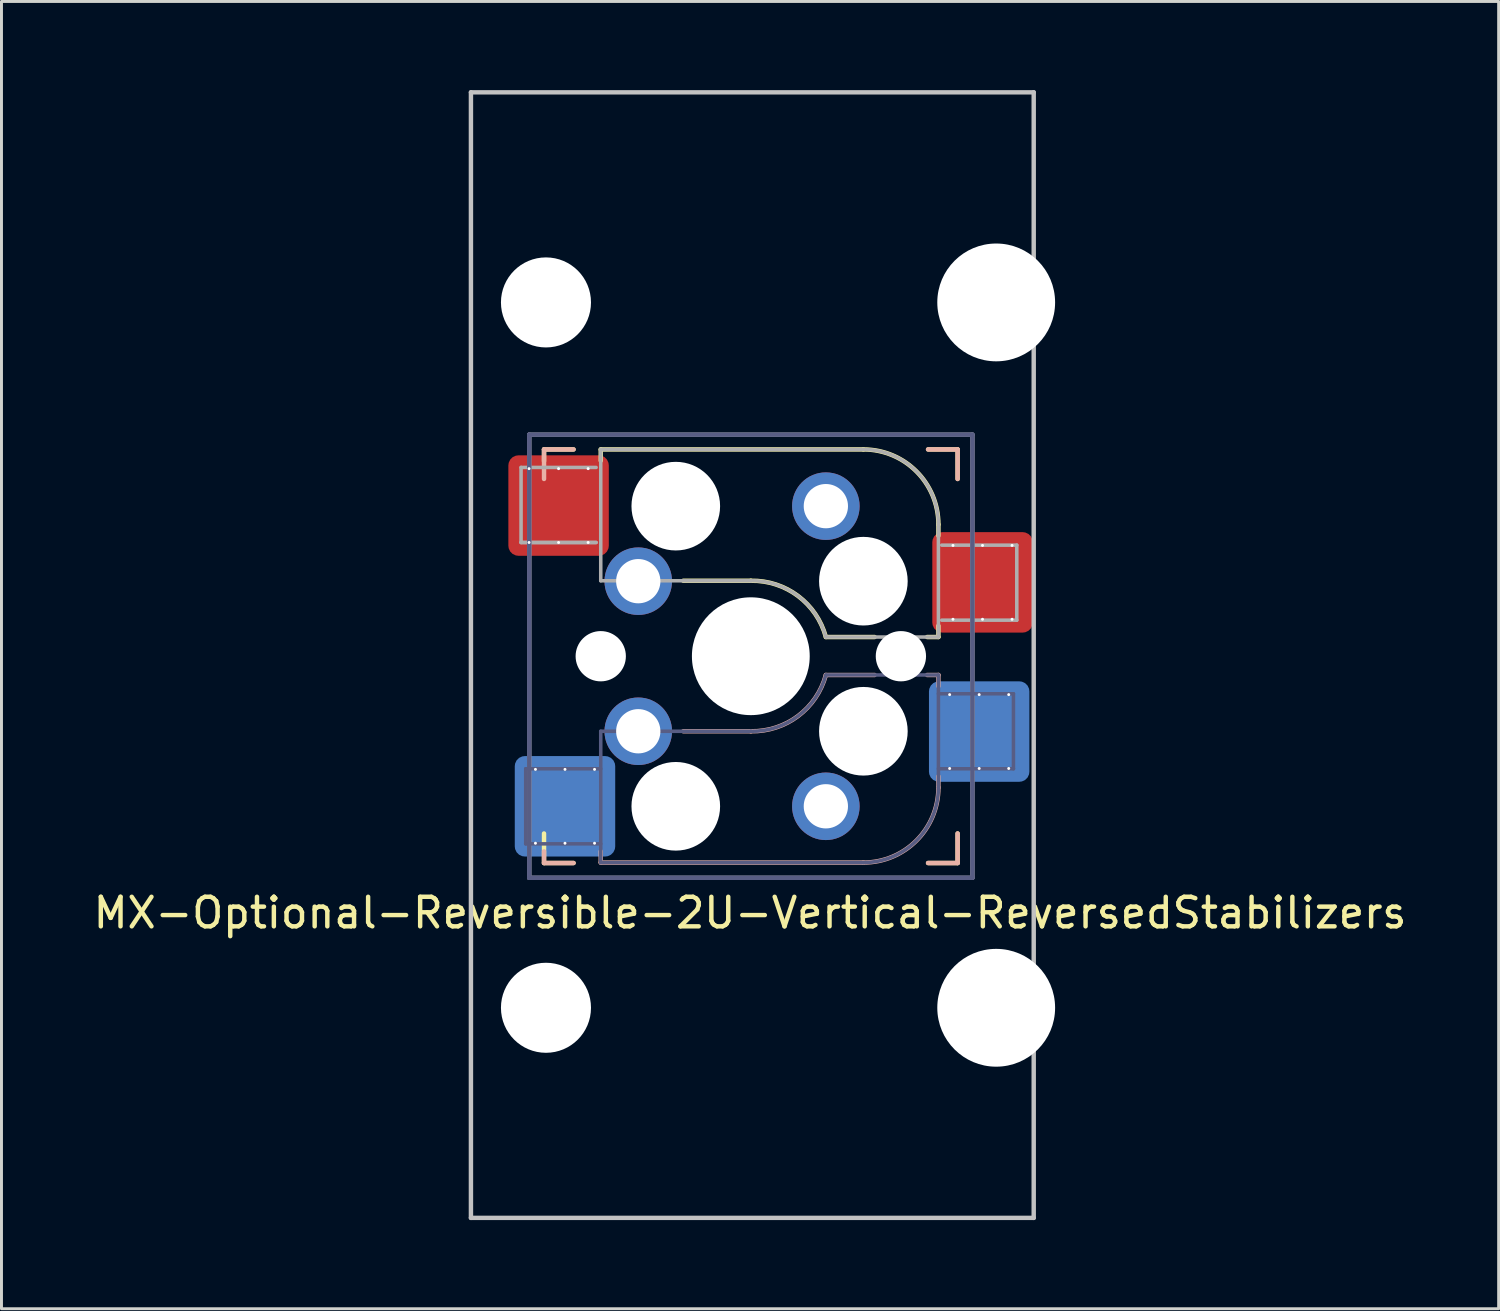
<source format=kicad_pcb>
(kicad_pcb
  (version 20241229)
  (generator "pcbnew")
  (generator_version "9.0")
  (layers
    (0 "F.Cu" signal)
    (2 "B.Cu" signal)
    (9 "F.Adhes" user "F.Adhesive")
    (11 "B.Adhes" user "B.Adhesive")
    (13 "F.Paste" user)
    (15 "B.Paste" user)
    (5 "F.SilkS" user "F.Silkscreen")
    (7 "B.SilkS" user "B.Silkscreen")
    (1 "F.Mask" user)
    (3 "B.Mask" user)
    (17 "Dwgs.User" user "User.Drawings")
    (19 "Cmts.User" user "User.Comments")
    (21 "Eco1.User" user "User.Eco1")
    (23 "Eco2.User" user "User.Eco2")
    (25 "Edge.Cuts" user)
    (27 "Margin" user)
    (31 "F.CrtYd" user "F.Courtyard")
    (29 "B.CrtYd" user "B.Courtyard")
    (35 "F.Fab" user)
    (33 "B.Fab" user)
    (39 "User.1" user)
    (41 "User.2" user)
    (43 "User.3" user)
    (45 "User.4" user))
  (footprint "MX-Optional-Reversible-2U-Vertical-ReversedStabilizers"
    (layer "F.Cu")
    (at 22.416 19.125)
    (property "Reference" "MX-Optional-Reversible-2U-Vertical-ReversedStabilizers" (at -0.077 8.726 180) (layer "F.SilkS") (effects (font (size 1 1) (thickness 0.15))))
    (attr smd)
    (fp_rect (start -8.258 -6.062) (end -4.858 -4.062) (stroke (width 0.1) (type solid)) (fill yes) (layer "F.Mask"))
    (fp_rect (start 6.092 -3.462) (end 9.492 -1.462) (stroke (width 0.1) (type solid)) (fill yes) (layer "F.Mask"))
    (fp_rect (start -8.041 4.118) (end -4.641 6.118) (stroke (width 0.1) (type solid)) (fill yes) (layer "B.Mask"))
    (fp_rect (start 5.979 1.588) (end 9.379 3.588) (stroke (width 0.1) (type solid)) (fill yes) (layer "B.Mask"))
    (fp_line (start -7.051 -6.962) (end -6.051 -6.962) (stroke (width 0.15) (type solid)) (layer "F.SilkS"))
    (fp_line (start -7.051 -6.566) (end -7.051 -6.962) (stroke (width 0.15) (type solid)) (layer "F.SilkS"))
    (fp_line (start -7.051 7.038) (end -7.051 6.038) (stroke (width 0.15) (type solid)) (layer "F.SilkS"))
    (fp_line (start -6.051 7.038) (end -7.051 7.038) (stroke (width 0.15) (type solid)) (layer "F.SilkS"))
    (fp_line (start -5.131 -6.581) (end -5.131 -6.962) (stroke (width 0.15) (type solid)) (layer "F.SilkS"))
    (fp_line (start -2.337 -2.517) (end -0.051 -2.517) (stroke (width 0.15) (type solid)) (layer "F.SilkS"))
    (fp_line (start 2.489 -0.612) (end 4.14 -0.612) (stroke (width 0.15) (type solid)) (layer "F.SilkS"))
    (fp_line (start 3.759 -6.962) (end -5.131 -6.962) (stroke (width 0.15) (type solid)) (layer "F.SilkS"))
    (fp_line (start 5.918 -0.612) (end 6.299 -0.612) (stroke (width 0.15) (type solid)) (layer "F.SilkS"))
    (fp_line (start 5.949 -6.962) (end 6.949 -6.962) (stroke (width 0.15) (type solid)) (layer "F.SilkS"))
    (fp_line (start 6.299 -4.041) (end 6.299 -4.422) (stroke (width 0.15) (type solid)) (layer "F.SilkS"))
    (fp_line (start 6.299 -0.612) (end 6.299 -0.993) (stroke (width 0.15) (type solid)) (layer "F.SilkS"))
    (fp_line (start 6.949 -6.962) (end 6.949 -5.962) (stroke (width 0.15) (type solid)) (layer "F.SilkS"))
    (fp_line (start 6.949 6.038) (end 6.949 7.038) (stroke (width 0.15) (type solid)) (layer "F.SilkS"))
    (fp_line (start 6.949 7.038) (end 5.949 7.038) (stroke (width 0.15) (type solid)) (layer "F.SilkS"))
    (fp_arc (start -0.05085 -2.51696) (mid 1.54712 -2.001754) (end 2.48915 -0.61196) (stroke (width 0.15) (type solid)) (layer "F.SilkS"))
    (fp_arc (start 3.75915 -6.96196) (mid 5.555201 -6.218011) (end 6.29915 -4.42196) (stroke (width 0.15) (type solid)) (layer "F.SilkS"))
    (fp_line (start -7.051 -6.962) (end -6.051 -6.962) (stroke (width 0.15) (type solid)) (layer "B.SilkS"))
    (fp_line (start -7.051 -5.962) (end -7.051 -6.962) (stroke (width 0.15) (type solid)) (layer "B.SilkS"))
    (fp_line (start -7.051 7.038) (end -7.051 6.642) (stroke (width 0.15) (type solid)) (layer "B.SilkS"))
    (fp_line (start -6.051 7.038) (end -7.051 7.038) (stroke (width 0.15) (type solid)) (layer "B.SilkS"))
    (fp_line (start -5.131 7.023) (end -5.131 6.642) (stroke (width 0.15) (type solid)) (layer "B.SilkS"))
    (fp_line (start -5.131 7.023) (end 3.759 7.023) (stroke (width 0.15) (type solid)) (layer "B.SilkS"))
    (fp_line (start -0.051 2.578) (end -2.337 2.578) (stroke (width 0.15) (type solid)) (layer "B.SilkS"))
    (fp_line (start 4.14 0.673) (end 2.489 0.673) (stroke (width 0.15) (type solid)) (layer "B.SilkS"))
    (fp_line (start 5.949 -6.962) (end 6.949 -6.962) (stroke (width 0.15) (type solid)) (layer "B.SilkS"))
    (fp_line (start 6.299 0.673) (end 5.918 0.673) (stroke (width 0.15) (type solid)) (layer "B.SilkS"))
    (fp_line (start 6.299 1.054) (end 6.299 0.673) (stroke (width 0.15) (type solid)) (layer "B.SilkS"))
    (fp_line (start 6.299 4.483) (end 6.299 4.102) (stroke (width 0.15) (type solid)) (layer "B.SilkS"))
    (fp_line (start 6.949 -6.962) (end 6.949 -5.962) (stroke (width 0.15) (type solid)) (layer "B.SilkS"))
    (fp_line (start 6.949 6.038) (end 6.949 7.038) (stroke (width 0.15) (type solid)) (layer "B.SilkS"))
    (fp_line (start 6.949 7.038) (end 5.949 7.038) (stroke (width 0.15) (type solid)) (layer "B.SilkS"))
    (fp_arc (start 2.48915 0.67304) (mid 1.547119 2.062831) (end -0.05085 2.57804) (stroke (width 0.15) (type solid)) (layer "B.SilkS"))
    (fp_arc (start 6.29915 4.48304) (mid 5.555201 6.279091) (end 3.75915 7.02304) (stroke (width 0.15) (type solid)) (layer "B.SilkS"))
    (fp_line (start -9.525 19.05) (end -9.525 -19.05) (stroke (width 0.15) (type solid)) (layer "Dwgs.User"))
    (fp_line (start 9.525 -19.05) (end -9.525 -19.05) (stroke (width 0.15) (type solid)) (layer "Dwgs.User"))
    (fp_line (start 9.525 19.05) (end -9.525 19.05) (stroke (width 0.15) (type solid)) (layer "Dwgs.User"))
    (fp_line (start 9.525 19.05) (end 9.525 -19.05) (stroke (width 0.15) (type solid)) (layer "Dwgs.User"))
    (fp_line (start -6.951 6.938) (end -6.951 -6.862) (stroke (width 0.15) (type solid)) (layer "Eco2.User"))
    (fp_line (start -6.951 6.938) (end 6.849 6.938) (stroke (width 0.15) (type solid)) (layer "Eco2.User"))
    (fp_line (start 6.849 -6.862) (end -6.951 -6.862) (stroke (width 0.15) (type solid)) (layer "Eco2.User"))
    (fp_line (start 6.849 -6.862) (end 6.849 6.938) (stroke (width 0.15) (type solid)) (layer "Eco2.User"))
    (fp_line (start -7.671 3.848) (end -7.671 6.388) (stroke (width 0.12) (type solid)) (layer "B.Fab"))
    (fp_line (start -7.671 6.388) (end -5.131 6.388) (stroke (width 0.12) (type solid)) (layer "B.Fab"))
    (fp_line (start -7.551 -7.462) (end 7.449 -7.462) (stroke (width 0.15) (type solid)) (layer "B.Fab"))
    (fp_line (start -7.551 7.538) (end -7.551 -7.462) (stroke (width 0.15) (type solid)) (layer "B.Fab"))
    (fp_line (start -5.131 2.578) (end -5.131 7.023) (stroke (width 0.12) (type solid)) (layer "B.Fab"))
    (fp_line (start -5.131 3.848) (end -7.671 3.848) (stroke (width 0.12) (type solid)) (layer "B.Fab"))
    (fp_line (start -5.131 7.023) (end 3.759 7.023) (stroke (width 0.12) (type solid)) (layer "B.Fab"))
    (fp_line (start -0.051 2.578) (end -5.131 2.578) (stroke (width 0.12) (type solid)) (layer "B.Fab"))
    (fp_line (start 6.299 0.673) (end 2.489 0.673) (stroke (width 0.12) (type solid)) (layer "B.Fab"))
    (fp_line (start 6.299 3.848) (end 8.839 3.848) (stroke (width 0.12) (type solid)) (layer "B.Fab"))
    (fp_line (start 6.299 4.483) (end 6.299 0.673) (stroke (width 0.12) (type solid)) (layer "B.Fab"))
    (fp_line (start 7.449 -7.462) (end 7.449 7.538) (stroke (width 0.15) (type solid)) (layer "B.Fab"))
    (fp_line (start 7.449 7.538) (end -7.551 7.538) (stroke (width 0.15) (type solid)) (layer "B.Fab"))
    (fp_line (start 8.839 1.308) (end 6.299 1.308) (stroke (width 0.12) (type solid)) (layer "B.Fab"))
    (fp_line (start 8.839 3.848) (end 8.839 1.308) (stroke (width 0.12) (type solid)) (layer "B.Fab"))
    (fp_arc (start 2.48915 0.67304) (mid 1.547119 2.062831) (end -0.05085 2.57804) (stroke (width 0.12) (type solid)) (layer "B.Fab"))
    (fp_arc (start 6.29915 4.48304) (mid 5.555201 6.279091) (end 3.75915 7.02304) (stroke (width 0.12) (type solid)) (layer "B.Fab"))
    (fp_line (start -7.828 -6.352) (end -7.828 -3.812) (stroke (width 0.12) (type solid)) (layer "F.Fab"))
    (fp_line (start -7.828 -3.812) (end -5.288 -3.812) (stroke (width 0.12) (type solid)) (layer "F.Fab"))
    (fp_line (start -7.828 -3.812) (end -5.288 -3.812) (stroke (width 0.12) (type solid)) (layer "F.Fab"))
    (fp_line (start -7.551 -7.462) (end 7.449 -7.462) (stroke (width 0.15) (type solid)) (layer "F.Fab"))
    (fp_line (start -7.551 7.538) (end -7.551 -7.462) (stroke (width 0.15) (type solid)) (layer "F.Fab"))
    (fp_line (start -5.288 -6.352) (end -7.828 -6.352) (stroke (width 0.12) (type solid)) (layer "F.Fab"))
    (fp_line (start -5.131 -6.962) (end -5.131 -2.517) (stroke (width 0.12) (type solid)) (layer "F.Fab"))
    (fp_line (start -5.131 -2.517) (end -0.051 -2.517) (stroke (width 0.12) (type solid)) (layer "F.Fab"))
    (fp_line (start 2.489 -0.612) (end 6.299 -0.612) (stroke (width 0.12) (type solid)) (layer "F.Fab"))
    (fp_line (start 3.759 -6.962) (end -5.131 -6.962) (stroke (width 0.12) (type solid)) (layer "F.Fab"))
    (fp_line (start 6.299 -0.612) (end 6.299 -4.422) (stroke (width 0.12) (type solid)) (layer "F.Fab"))
    (fp_line (start 6.412 -1.182) (end 8.952 -1.182) (stroke (width 0.12) (type solid)) (layer "F.Fab"))
    (fp_line (start 7.449 -7.462) (end 7.449 7.538) (stroke (width 0.15) (type solid)) (layer "F.Fab"))
    (fp_line (start 7.449 7.538) (end -7.551 7.538) (stroke (width 0.15) (type solid)) (layer "F.Fab"))
    (fp_line (start 8.952 -3.722) (end 6.412 -3.722) (stroke (width 0.12) (type solid)) (layer "F.Fab"))
    (fp_line (start 8.952 -1.182) (end 8.952 -3.722) (stroke (width 0.12) (type solid)) (layer "F.Fab"))
    (fp_arc (start -0.05085 -2.51696) (mid 1.547122 -2.001755) (end 2.48915 -0.61196) (stroke (width 0.12) (type solid)) (layer "F.Fab"))
    (fp_arc (start 3.75915 -6.96196) (mid 5.555201 -6.218011) (end 6.29915 -4.42196) (stroke (width 0.12) (type solid)) (layer "F.Fab"))
    (pad "" np_thru_hole circle (at -6.985 -11.938) (size 3.048 3.048) (drill 3.048) (layers "*.Cu" "*.Mask"))
    (pad "" np_thru_hole circle (at -6.985 11.938) (size 3.048 3.048) (drill 3.048) (layers "*.Cu" "*.Mask"))
    (pad "" np_thru_hole circle (at -5.131 0.038) (size 1.702 1.702) (drill 1.702) (layers "*.Cu" "*.Mask"))
    (pad "" np_thru_hole circle (at -2.591 -5.042) (size 3 3) (drill 3) (layers "*.Cu" "*.Mask"))
    (pad "" np_thru_hole circle (at -2.591 5.118) (size 3 3) (drill 3) (layers "*.Cu" "*.Mask"))
    (pad "" np_thru_hole circle (at -0.051 0.038) (size 3.988 3.988) (drill 3.988) (layers "*.Cu" "*.Mask"))
    (pad "" np_thru_hole circle (at 3.759 -2.502) (size 3 3) (drill 3) (layers "*.Cu" "*.Mask"))
    (pad "" np_thru_hole circle (at 3.759 2.578) (size 3 3) (drill 3) (layers "*.Cu" "*.Mask"))
    (pad "" np_thru_hole circle (at 5.029 0.038) (size 1.702 1.702) (drill 1.702) (layers "*.Cu" "*.Mask"))
    (pad "" np_thru_hole circle (at 8.255 -11.938) (size 3.988 3.988) (drill 3.988) (layers "*.Cu" "*.Mask"))
    (pad "" np_thru_hole circle (at 8.255 11.938) (size 3.988 3.988) (drill 3.988) (layers "*.Cu" "*.Mask"))
    (pad "1" thru_hole circle (at -7.558 -6.312 270) (size 0.1 0.1) (drill 0.3) (layers "*.Cu" "*.Mask"))
    (pad "1" thru_hole circle (at -7.558 -3.812 270) (size 0.1 0.1) (drill 0.3) (layers "*.Cu" "*.Mask"))
    (pad "1" thru_hole circle (at -7.341 3.868 270) (size 0.1 0.1) (drill 0.3) (layers "*.Cu" "*.Mask"))
    (pad "1" thru_hole circle (at -7.341 6.368 270) (size 0.1 0.1) (drill 0.3) (layers "*.Cu" "*.Mask"))
    (pad "1" thru_hole circle (at -6.558 -6.312 270) (size 0.1 0.1) (drill 0.3) (layers "*.Cu"))
    (pad "1" smd roundrect (at -6.558 -5.062 180) (size 3.4 3.4) (property pad_prop_bga) (layers "F.Cu" "F.Paste") (roundrect_rratio 0.1))
    (pad "1" thru_hole circle (at -6.558 -3.812 270) (size 0.1 0.1) (drill 0.3) (layers "*.Cu" "*.Mask"))
    (pad "1" thru_hole circle (at -6.341 3.868 270) (size 0.1 0.1) (drill 0.3) (layers "*.Cu"))
    (pad "1" smd roundrect (at -6.341 5.118) (size 3.4 3.4) (property pad_prop_bga) (layers "B.Cu" "B.Paste") (roundrect_rratio 0.1))
    (pad "1" thru_hole circle (at -6.341 6.368 270) (size 0.1 0.1) (drill 0.3) (layers "*.Cu" "*.Mask"))
    (pad "1" thru_hole circle (at -5.558 -6.312 270) (size 0.1 0.1) (drill 0.3) (layers "*.Cu"))
    (pad "1" thru_hole circle (at -5.558 -3.812 270) (size 0.1 0.1) (drill 0.3) (layers "*.Cu" "*.Mask"))
    (pad "1" thru_hole circle (at -5.341 3.868 270) (size 0.1 0.1) (drill 0.3) (layers "*.Cu"))
    (pad "1" thru_hole circle (at -5.341 6.368 270) (size 0.1 0.1) (drill 0.3) (layers "*.Cu" "*.Mask"))
    (pad "1" thru_hole circle (at -3.861 -2.502) (size 2.286 2.286) (drill 1.499) (layers "*.Cu" "*.Mask"))
    (pad "1" thru_hole circle (at -3.861 2.578) (size 2.286 2.286) (drill 1.499) (layers "*.Cu" "*.Mask"))
    (pad "2" thru_hole circle (at 2.489 -5.042) (size 2.286 2.286) (drill 1.499) (layers "*.Cu" "*.Mask"))
    (pad "2" thru_hole circle (at 2.489 5.118) (size 2.286 2.286) (drill 1.499) (layers "*.Cu" "*.Mask"))
    (pad "2" thru_hole circle (at 6.679 1.338 270) (size 0.1 0.1) (drill 0.3) (layers "*.Cu" "*.Mask"))
    (pad "2" thru_hole circle (at 6.679 3.838 270) (size 0.1 0.1) (drill 0.3) (layers "*.Cu" "*.Mask"))
    (pad "2" thru_hole circle (at 6.792 -3.712 270) (size 0.1 0.1) (drill 0.3) (layers "*.Cu" "*.Mask"))
    (pad "2" thru_hole circle (at 6.792 -1.212 270) (size 0.1 0.1) (drill 0.3) (layers "*.Cu" "*.Mask"))
    (pad "2" thru_hole circle (at 7.679 1.338 270) (size 0.1 0.1) (drill 0.3) (layers "*.Cu" "*.Mask"))
    (pad "2" smd roundrect (at 7.679 2.588) (size 3.4 3.4) (property pad_prop_bga) (layers "B.Cu" "B.Paste") (roundrect_rratio 0.1))
    (pad "2" thru_hole circle (at 7.679 3.838 270) (size 0.1 0.1) (drill 0.3) (layers "*.Cu"))
    (pad "2" thru_hole circle (at 7.792 -3.712 270) (size 0.1 0.1) (drill 0.3) (layers "*.Cu"))
    (pad "2" smd roundrect (at 7.792 -2.462 180) (size 3.4 3.4) (property pad_prop_bga) (layers "F.Cu" "F.Paste") (roundrect_rratio 0.1))
    (pad "2" thru_hole circle (at 7.792 -1.212 270) (size 0.1 0.1) (drill 0.3) (layers "*.Cu" "*.Mask"))
    (pad "2" thru_hole circle (at 8.679 1.338 270) (size 0.1 0.1) (drill 0.3) (layers "*.Cu" "*.Mask"))
    (pad "2" thru_hole circle (at 8.679 3.838 270) (size 0.1 0.1) (drill 0.3) (layers "*.Cu"))
    (pad "2" thru_hole circle (at 8.792 -3.712 270) (size 0.1 0.1) (drill 0.3) (layers "*.Cu"))
    (pad "2" thru_hole circle (at 8.792 -1.212 270) (size 0.1 0.1) (drill 0.3) (layers "*.Cu" "*.Mask")))
  (gr_rect
    (start -3 -3)
    (end 47.679 41.25)
    (stroke (width 0.1) (type default))
    (fill no)
    (layer "Edge.Cuts")))
</source>
